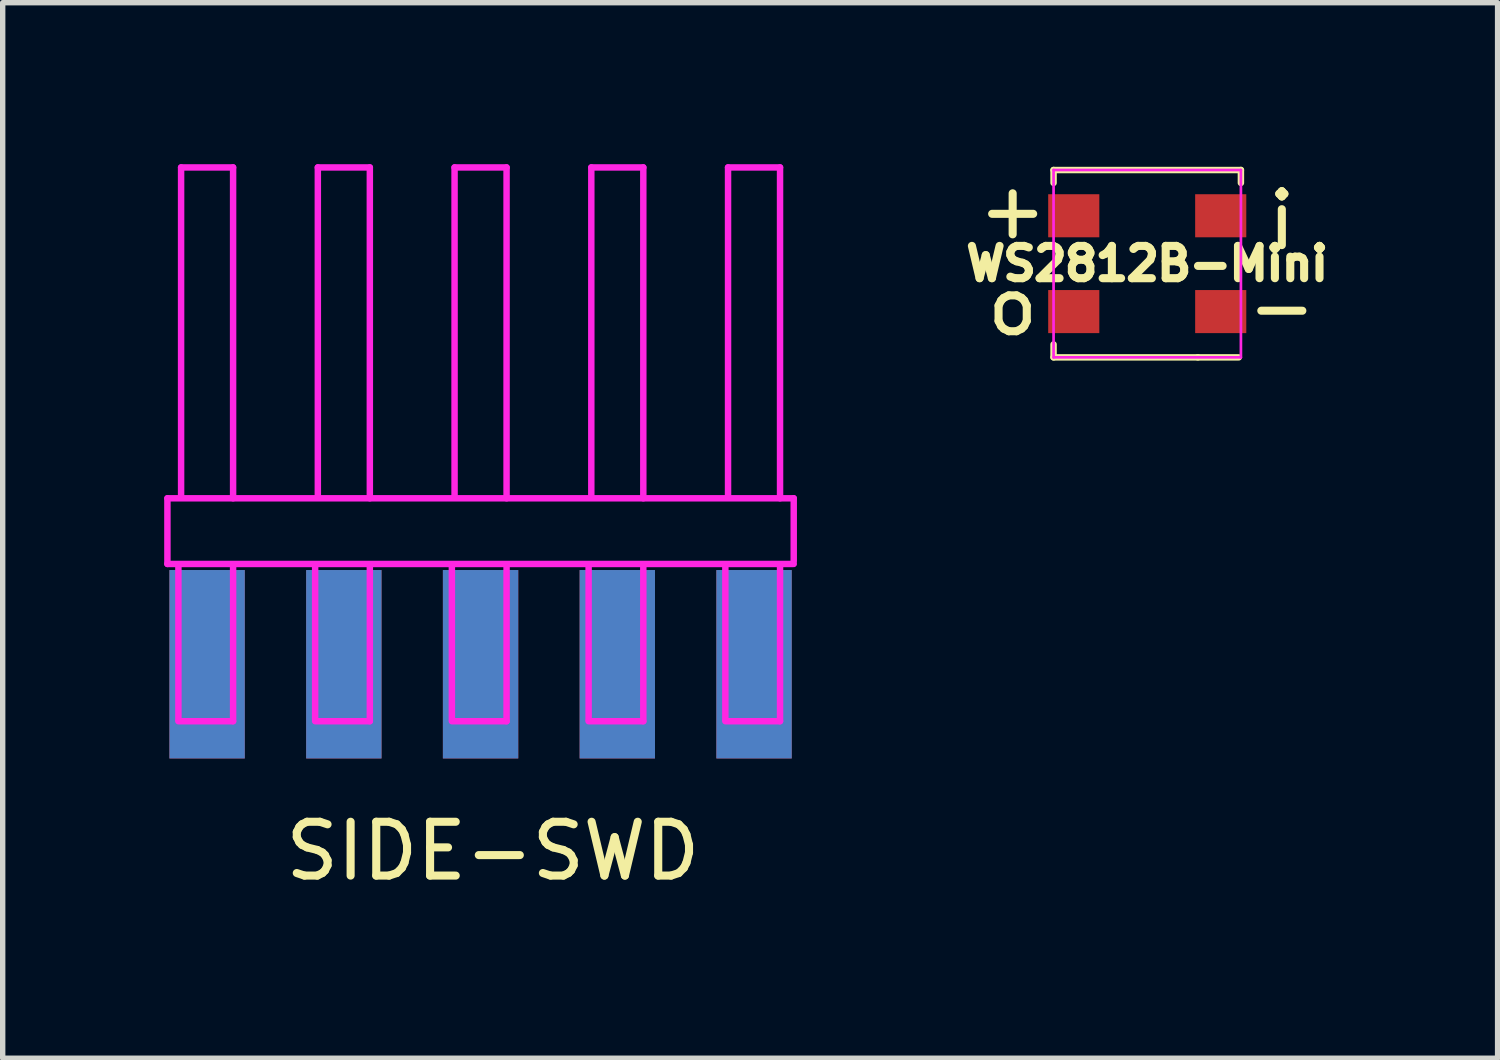
<source format=kicad_pcb>
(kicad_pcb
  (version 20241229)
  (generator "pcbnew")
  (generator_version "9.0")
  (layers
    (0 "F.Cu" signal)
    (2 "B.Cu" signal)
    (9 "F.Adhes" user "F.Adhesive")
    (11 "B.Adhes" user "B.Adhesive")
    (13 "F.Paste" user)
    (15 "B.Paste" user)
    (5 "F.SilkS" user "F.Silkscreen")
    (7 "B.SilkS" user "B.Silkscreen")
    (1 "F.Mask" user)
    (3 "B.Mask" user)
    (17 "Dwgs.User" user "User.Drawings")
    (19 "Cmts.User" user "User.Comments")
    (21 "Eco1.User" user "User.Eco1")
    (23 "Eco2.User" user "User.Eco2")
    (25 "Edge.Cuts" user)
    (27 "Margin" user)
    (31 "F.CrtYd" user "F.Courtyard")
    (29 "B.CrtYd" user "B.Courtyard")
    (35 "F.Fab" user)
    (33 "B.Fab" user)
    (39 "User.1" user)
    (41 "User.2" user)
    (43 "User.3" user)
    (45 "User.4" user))
  (footprint "WS2812B-Mini"
    (layer "F.Cu")
    (at 18.261 1.848)
    (property "Reference" "WS2812B-Mini" (at 0 0 180) (layer "F.SilkS") (effects (font (size 0.6 0.6) (thickness 0.15))))
    (attr smd)
    (fp_line (start -1.74 -1.74) (end -1.74 -1.5) (stroke (width 0.12) (type solid)) (layer "F.SilkS"))
    (fp_line (start -1.74 -1.74) (end 1.74 -1.74) (stroke (width 0.12) (type solid)) (layer "F.SilkS"))
    (fp_line (start -1.74 1.74) (end -1.74 1.5) (stroke (width 0.12) (type solid)) (layer "F.SilkS"))
    (fp_line (start 0.94 1.74) (end -1.74 1.74) (stroke (width 0.12) (type solid)) (layer "F.SilkS"))
    (fp_line (start 0.94 1.74) (end 1.7 1.74) (stroke (width 0.12) (type solid)) (layer "F.SilkS"))
    (fp_line (start 1.74 -1.74) (end 1.74 -1.5) (stroke (width 0.12) (type solid)) (layer "F.SilkS"))
    (fp_line (start -1.74 1.74) (end -1.74 -1.74) (stroke (width 0.05) (type solid)) (layer "F.CrtYd"))
    (fp_line (start -1.74 1.74) (end 1.74 1.74) (stroke (width 0.05) (type solid)) (layer "F.CrtYd"))
    (fp_line (start 1.74 -1.74) (end -1.74 -1.74) (stroke (width 0.05) (type solid)) (layer "F.CrtYd"))
    (fp_line (start 1.74 1.74) (end 1.74 -1.74) (stroke (width 0.05) (type solid)) (layer "F.CrtYd"))
    (fp_text user "-" (at 2.5 0.8 0) (layer "F.SilkS") (effects (font (size 1 1) (thickness 0.15))))
    (fp_text user "o" (at -2.5 0.8 0) (layer "F.SilkS") (effects (font (size 1 1) (thickness 0.15))))
    (fp_text user "+" (at -2.5 -1 0) (layer "F.SilkS") (effects (font (size 1 1) (thickness 0.15))))
    (fp_text user "i" (at 2.5 -0.8 0) (layer "F.SilkS") (effects (font (size 1 1) (thickness 0.15))))
    (pad "1" smd rect (at -1.365 -0.89 90) (size 0.8 0.95) (layers "F.Cu" "F.Mask" "F.Paste"))
    (pad "2" smd rect (at -1.365 0.89 90) (size 0.8 0.95) (layers "F.Cu" "F.Mask" "F.Paste"))
    (pad "3" smd rect (at 1.365 0.89 90) (size 0.8 0.95) (layers "F.Cu" "F.Mask" "F.Paste"))
    (pad "4" smd rect (at 1.365 -0.89 90) (size 0.8 0.95) (layers "F.Cu" "F.Mask" "F.Paste")))
  (footprint "SIDE-SWD"
    (layer "F.Cu")
    (at 5.877 6.689)
    (property "Reference" "SIDE-SWD" (at 0.229 6.071 180) (layer "F.SilkS") (effects (font (size 1 1) (thickness 0.15))))
    (attr smd)
    (fp_line (start -5.817 -0.483) (end -5.817 0.737) (stroke (width 0.12) (type solid)) (layer "F.CrtYd"))
    (fp_line (start -5.817 0.737) (end 5.817 0.737) (stroke (width 0.12) (type solid)) (layer "F.CrtYd"))
    (fp_line (start -5.613 3.632) (end -5.613 0.787) (stroke (width 0.12) (type solid)) (layer "F.CrtYd"))
    (fp_line (start -5.613 3.658) (end -4.597 3.658) (stroke (width 0.12) (type solid)) (layer "F.CrtYd"))
    (fp_line (start -5.563 -6.629) (end -5.563 -0.533) (stroke (width 0.12) (type solid)) (layer "F.CrtYd"))
    (fp_line (start -5.563 -6.629) (end -4.597 -6.629) (stroke (width 0.12) (type solid)) (layer "F.CrtYd"))
    (fp_line (start -4.597 -6.629) (end -4.597 -0.483) (stroke (width 0.12) (type solid)) (layer "F.CrtYd"))
    (fp_line (start -4.597 3.658) (end -4.597 0.762) (stroke (width 0.12) (type solid)) (layer "F.CrtYd"))
    (fp_line (start -3.073 3.632) (end -3.073 0.787) (stroke (width 0.12) (type solid)) (layer "F.CrtYd"))
    (fp_line (start -3.073 3.658) (end -2.057 3.658) (stroke (width 0.12) (type solid)) (layer "F.CrtYd"))
    (fp_line (start -3.023 -6.629) (end -3.023 -0.533) (stroke (width 0.12) (type solid)) (layer "F.CrtYd"))
    (fp_line (start -3.023 -6.629) (end -2.057 -6.629) (stroke (width 0.12) (type solid)) (layer "F.CrtYd"))
    (fp_line (start -2.057 -6.629) (end -2.057 -0.483) (stroke (width 0.12) (type solid)) (layer "F.CrtYd"))
    (fp_line (start -2.057 3.658) (end -2.057 0.762) (stroke (width 0.12) (type solid)) (layer "F.CrtYd"))
    (fp_line (start -0.533 3.632) (end -0.533 0.787) (stroke (width 0.12) (type solid)) (layer "F.CrtYd"))
    (fp_line (start -0.533 3.658) (end 0.483 3.658) (stroke (width 0.12) (type solid)) (layer "F.CrtYd"))
    (fp_line (start -0.483 -6.629) (end -0.483 -0.533) (stroke (width 0.12) (type solid)) (layer "F.CrtYd"))
    (fp_line (start -0.483 -6.629) (end 0.483 -6.629) (stroke (width 0.12) (type solid)) (layer "F.CrtYd"))
    (fp_line (start 0.483 -6.629) (end 0.483 -0.483) (stroke (width 0.12) (type solid)) (layer "F.CrtYd"))
    (fp_line (start 0.483 3.658) (end 0.483 0.762) (stroke (width 0.12) (type solid)) (layer "F.CrtYd"))
    (fp_line (start 2.007 3.632) (end 2.007 0.787) (stroke (width 0.12) (type solid)) (layer "F.CrtYd"))
    (fp_line (start 2.007 3.658) (end 3.023 3.658) (stroke (width 0.12) (type solid)) (layer "F.CrtYd"))
    (fp_line (start 2.057 -6.629) (end 2.057 -0.533) (stroke (width 0.12) (type solid)) (layer "F.CrtYd"))
    (fp_line (start 2.057 -6.629) (end 3.023 -6.629) (stroke (width 0.12) (type solid)) (layer "F.CrtYd"))
    (fp_line (start 3.023 -6.629) (end 3.023 -0.483) (stroke (width 0.12) (type solid)) (layer "F.CrtYd"))
    (fp_line (start 3.023 3.658) (end 3.023 0.762) (stroke (width 0.12) (type solid)) (layer "F.CrtYd"))
    (fp_line (start 4.547 3.632) (end 4.547 0.787) (stroke (width 0.12) (type solid)) (layer "F.CrtYd"))
    (fp_line (start 4.547 3.658) (end 5.563 3.658) (stroke (width 0.12) (type solid)) (layer "F.CrtYd"))
    (fp_line (start 4.597 -6.629) (end 4.597 -0.533) (stroke (width 0.12) (type solid)) (layer "F.CrtYd"))
    (fp_line (start 4.597 -6.629) (end 5.563 -6.629) (stroke (width 0.12) (type solid)) (layer "F.CrtYd"))
    (fp_line (start 5.563 -6.629) (end 5.563 -0.483) (stroke (width 0.12) (type solid)) (layer "F.CrtYd"))
    (fp_line (start 5.563 3.658) (end 5.563 0.762) (stroke (width 0.12) (type solid)) (layer "F.CrtYd"))
    (fp_line (start 5.817 -0.483) (end -5.817 -0.483) (stroke (width 0.12) (type solid)) (layer "F.CrtYd"))
    (fp_line (start 5.817 0.686) (end 5.817 -0.483) (stroke (width 0.12) (type solid)) (layer "F.CrtYd"))
    (pad "1" smd rect (at -5.08 2.6) (size 1.4 3.5) (layers "F.Cu" "F.Mask" "F.Paste"))
    (pad "2" smd rect (at -5.08 2.6) (size 1.4 3.5) (layers "B.Cu" "B.Mask" "B.Paste"))
    (pad "3" smd rect (at -2.54 2.6) (size 1.4 3.5) (layers "F.Cu" "F.Mask" "F.Paste"))
    (pad "4" smd rect (at -2.54 2.6) (size 1.4 3.5) (layers "B.Cu" "B.Mask" "B.Paste"))
    (pad "5" smd rect (at 0 2.6) (size 1.4 3.5) (layers "F.Cu" "F.Mask" "F.Paste"))
    (pad "6" smd rect (at 0 2.6) (size 1.4 3.5) (layers "B.Cu" "B.Mask" "B.Paste"))
    (pad "7" smd rect (at 2.54 2.6) (size 1.4 3.5) (layers "F.Cu" "F.Mask" "F.Paste"))
    (pad "8" smd rect (at 2.54 2.6) (size 1.4 3.5) (layers "B.Cu" "B.Mask" "B.Paste"))
    (pad "9" smd rect (at 5.08 2.6) (size 1.4 3.5) (layers "F.Cu" "F.Mask" "F.Paste"))
    (pad "10" smd rect (at 5.08 2.6) (size 1.4 3.5) (layers "B.Cu" "B.Mask" "B.Paste")))
  (gr_rect
    (start -3 -3)
    (end 24.769 16.608)
    (stroke (width 0.1) (type default))
    (fill no)
    (layer "Edge.Cuts")))
</source>
